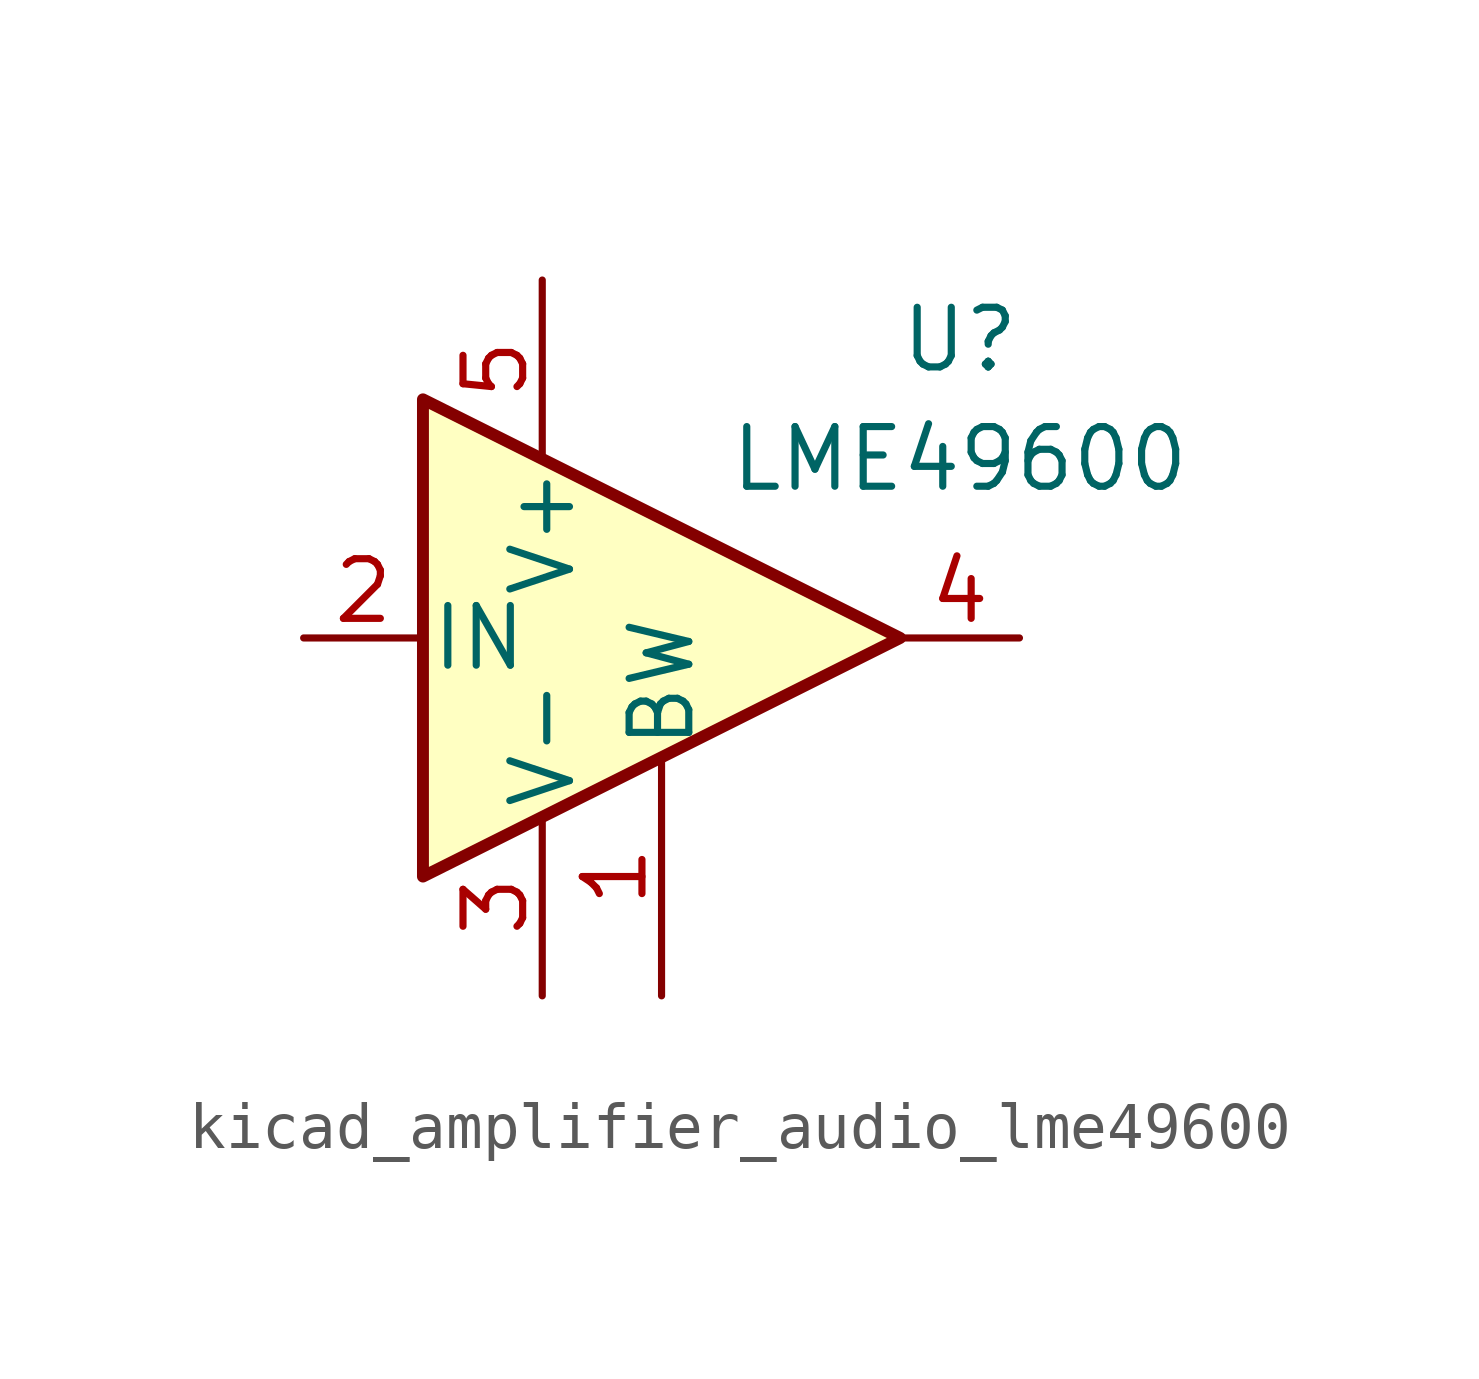
<source format=kicad_sym>
(kicad_symbol_lib
  (version 20220914)
  (generator kicad_symbol_editor)
  (symbol "kicad_amplifier_audio_lme49600"
    (pin_names
      (offset 0.127))
    (property "Reference" "U"
      (at 6.35 6.35 0)
      (effects (font (size 1.27 1.27))))
    (property "Value" "LME49600"
      (at 6.35 3.81 0)
      (effects (font (size 1.27 1.27))))
    (symbol "kicad_amplifier_audio_lme49600_0_1"
      (polyline (pts (xy -5.08 5.08) (xy 5.08 0) (xy -5.08 -5.08) (xy -5.08 5.08)) (stroke (width 0.254) (type default)) (fill (type background))))
    (symbol "kicad_amplifier_audio_lme49600_1_1"
      (pin passive line (at 0 -7.62 90) (length 5.08) (name "BW" (effects (font (size 1.27 1.27)))) (number "1" (effects (font (size 1.27 1.27)))))
      (pin input line (at -7.62 0 0) (length 2.54) (name "IN" (effects (font (size 1.27 1.27)))) (number "2" (effects (font (size 1.27 1.27)))))
      (pin power_in line (at -2.54 -7.62 90) (length 3.81) (name "V-" (effects (font (size 1.27 1.27)))) (number "3" (effects (font (size 1.27 1.27)))))
      (pin output line (at 7.62 0 180) (length 2.54) (name "~" (effects (font (size 1.27 1.27)))) (number "4" (effects (font (size 1.27 1.27)))))
      (pin power_in line (at -2.54 7.62 270) (length 3.81) (name "V+" (effects (font (size 1.27 1.27)))) (number "5" (effects (font (size 1.27 1.27))))))))
</source>
